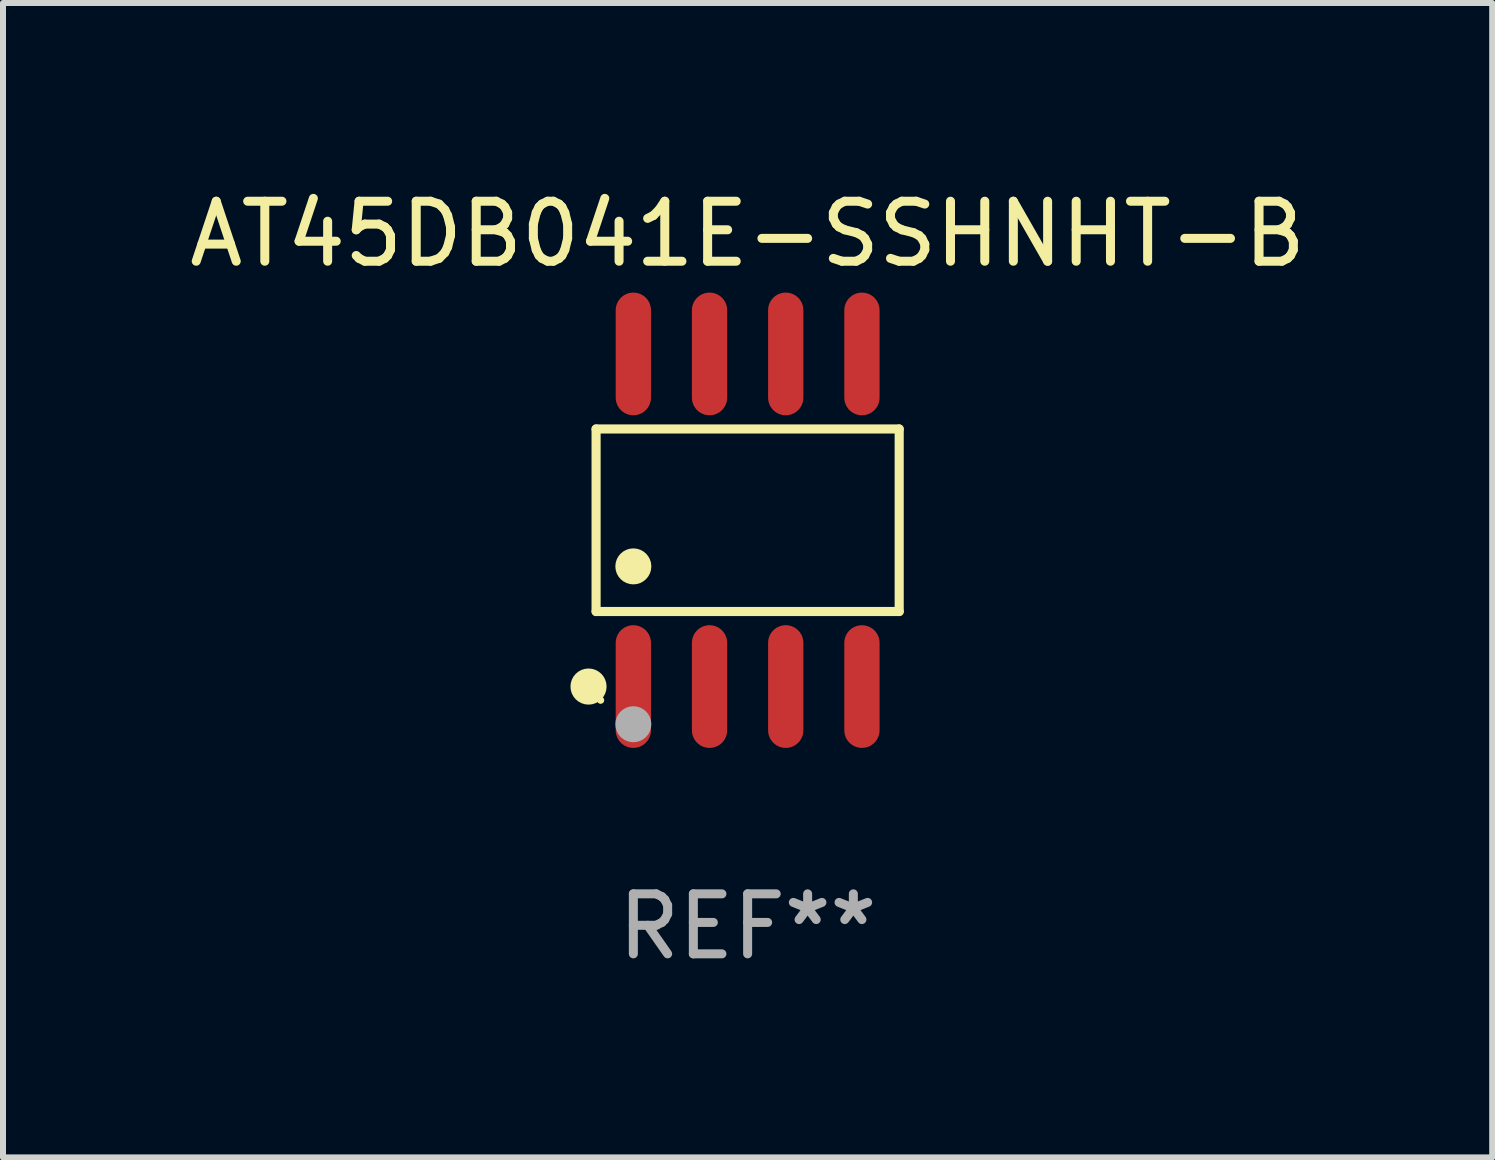
<source format=kicad_pcb>
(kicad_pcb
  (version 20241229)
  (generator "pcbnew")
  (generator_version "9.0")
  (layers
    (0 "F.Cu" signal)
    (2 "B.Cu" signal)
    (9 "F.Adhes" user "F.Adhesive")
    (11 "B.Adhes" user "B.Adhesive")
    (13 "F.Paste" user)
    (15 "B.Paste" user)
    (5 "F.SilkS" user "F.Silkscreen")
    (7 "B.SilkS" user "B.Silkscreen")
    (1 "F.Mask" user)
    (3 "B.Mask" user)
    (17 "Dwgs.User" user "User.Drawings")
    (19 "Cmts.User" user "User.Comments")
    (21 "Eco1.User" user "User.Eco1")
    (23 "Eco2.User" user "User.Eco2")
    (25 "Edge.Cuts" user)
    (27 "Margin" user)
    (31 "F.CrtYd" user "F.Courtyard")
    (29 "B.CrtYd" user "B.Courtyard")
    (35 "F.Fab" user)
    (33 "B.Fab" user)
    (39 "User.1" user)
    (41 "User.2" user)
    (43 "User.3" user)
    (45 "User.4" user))
  (footprint "AT45DB041E-SSHNHT-B"
    (layer "F.Cu")
    (at 9.411 5.621)
    (property "Reference" "AT45DB041E-SSHNHT-B" (at 0 -4.772 0) (layer "F.SilkS") (effects (font (size 1 1) (thickness 0.15))))
    (attr through_hole)
    (fp_line (start -2.526 -1.521) (end 2.526 -1.521) (stroke (width 0.152) (type solid)) (layer "F.SilkS"))
    (fp_line (start -2.526 1.521) (end -2.526 -1.521) (stroke (width 0.152) (type solid)) (layer "F.SilkS"))
    (fp_line (start 2.526 -1.521) (end 2.526 1.521) (stroke (width 0.152) (type solid)) (layer "F.SilkS"))
    (fp_line (start 2.526 1.521) (end -2.526 1.521) (stroke (width 0.152) (type solid)) (layer "F.SilkS"))
    (fp_circle (center -2.652 2.772) (end -2.501 2.772) (stroke (width 0.3) (type solid)) (fill no) (layer "F.SilkS"))
    (fp_circle (center -2.45 3) (end -2.42 3) (stroke (width 0.06) (type solid)) (fill no) (layer "F.SilkS"))
    (fp_circle (center -1.905 0.769) (end -1.755 0.769) (stroke (width 0.3) (type solid)) (fill no) (layer "F.SilkS"))
    (fp_circle (center -1.905 3.4) (end -1.755 3.4) (stroke (width 0.3) (type solid)) (fill no) (layer "F.Fab"))
    (fp_text user "REF**" (at 0 6.772 0) (layer "F.Fab") (effects (font (size 1 1) (thickness 0.15))))
    (pad "1" smd oval (at -1.905 2.772) (size 0.588 2.045) (layers "F.Cu" "F.Mask" "F.Paste"))
    (pad "2" smd oval (at -0.635 2.772) (size 0.588 2.045) (layers "F.Cu" "F.Mask" "F.Paste"))
    (pad "3" smd oval (at 0.635 2.772) (size 0.588 2.045) (layers "F.Cu" "F.Mask" "F.Paste"))
    (pad "4" smd oval (at 1.905 2.772) (size 0.588 2.045) (layers "F.Cu" "F.Mask" "F.Paste"))
    (pad "5" smd oval (at 1.905 -2.772) (size 0.588 2.045) (layers "F.Cu" "F.Mask" "F.Paste"))
    (pad "6" smd oval (at 0.635 -2.772) (size 0.588 2.045) (layers "F.Cu" "F.Mask" "F.Paste"))
    (pad "7" smd oval (at -0.635 -2.772) (size 0.588 2.045) (layers "F.Cu" "F.Mask" "F.Paste"))
    (pad "8" smd oval (at -1.905 -2.772) (size 0.588 2.045) (layers "F.Cu" "F.Mask" "F.Paste")))
  (gr_rect
    (start -3 -3)
    (end 21.821 16.241)
    (stroke (width 0.1) (type default))
    (fill no)
    (layer "Edge.Cuts")))
</source>
